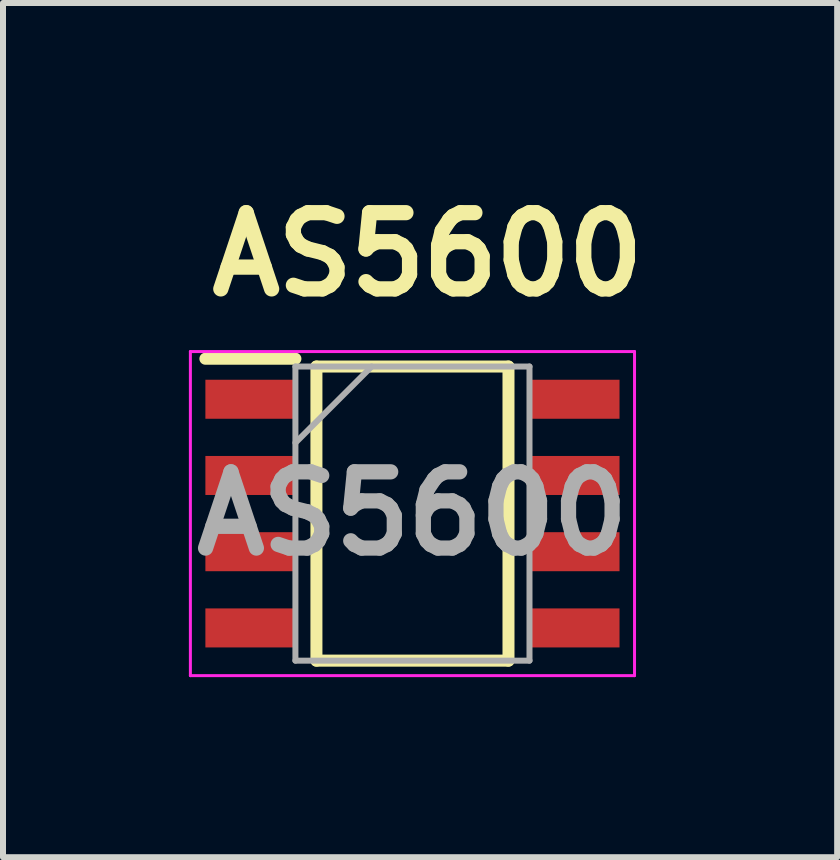
<source format=kicad_pcb>
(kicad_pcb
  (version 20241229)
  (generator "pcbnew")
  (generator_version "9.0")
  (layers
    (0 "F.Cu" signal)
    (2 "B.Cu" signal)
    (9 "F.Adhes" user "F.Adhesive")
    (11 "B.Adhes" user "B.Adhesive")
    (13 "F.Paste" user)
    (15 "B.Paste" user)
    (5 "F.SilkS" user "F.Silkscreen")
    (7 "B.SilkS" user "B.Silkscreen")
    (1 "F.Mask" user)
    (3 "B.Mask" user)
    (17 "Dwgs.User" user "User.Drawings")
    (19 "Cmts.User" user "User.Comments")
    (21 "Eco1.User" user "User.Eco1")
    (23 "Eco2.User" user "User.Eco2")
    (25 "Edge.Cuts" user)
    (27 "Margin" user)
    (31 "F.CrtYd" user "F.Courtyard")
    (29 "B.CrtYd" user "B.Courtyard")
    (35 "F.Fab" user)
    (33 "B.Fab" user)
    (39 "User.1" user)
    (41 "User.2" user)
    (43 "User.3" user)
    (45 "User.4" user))
  (footprint "AS5600"
    (layer "F.Cu")
    (at 3.822 5.507)
    (property "Reference" "AS5600" (at 0.254 -4.318 0) (layer "F.SilkS") (effects (font (size 1.27 1.27) (thickness 0.254))))
    (attr smd)
    (fp_line (start -3.45 -2.58) (end -1.95 -2.58) (stroke (width 0.2) (type solid)) (layer "F.SilkS"))
    (fp_line (start -1.6 -2.45) (end 1.6 -2.45) (stroke (width 0.2) (type solid)) (layer "F.SilkS"))
    (fp_line (start -1.6 2.45) (end -1.6 -2.45) (stroke (width 0.2) (type solid)) (layer "F.SilkS"))
    (fp_line (start 1.6 -2.45) (end 1.6 2.45) (stroke (width 0.2) (type solid)) (layer "F.SilkS"))
    (fp_line (start 1.6 2.45) (end -1.6 2.45) (stroke (width 0.2) (type solid)) (layer "F.SilkS"))
    (fp_line (start -3.7 -2.7) (end 3.7 -2.7) (stroke (width 0.05) (type solid)) (layer "F.CrtYd"))
    (fp_line (start -3.7 2.7) (end -3.7 -2.7) (stroke (width 0.05) (type solid)) (layer "F.CrtYd"))
    (fp_line (start 3.7 -2.7) (end 3.7 2.7) (stroke (width 0.05) (type solid)) (layer "F.CrtYd"))
    (fp_line (start 3.7 2.7) (end -3.7 2.7) (stroke (width 0.05) (type solid)) (layer "F.CrtYd"))
    (fp_line (start -1.95 -2.45) (end 1.95 -2.45) (stroke (width 0.1) (type solid)) (layer "F.Fab"))
    (fp_line (start -1.95 -1.18) (end -0.68 -2.45) (stroke (width 0.1) (type solid)) (layer "F.Fab"))
    (fp_line (start -1.95 2.45) (end -1.95 -2.45) (stroke (width 0.1) (type solid)) (layer "F.Fab"))
    (fp_line (start 1.95 -2.45) (end 1.95 2.45) (stroke (width 0.1) (type solid)) (layer "F.Fab"))
    (fp_line (start 1.95 2.45) (end -1.95 2.45) (stroke (width 0.1) (type solid)) (layer "F.Fab"))
    (fp_text user "${REFERENCE}" (at 0 0 0) (layer "F.Fab") (effects (font (size 1.27 1.27) (thickness 0.254))))
    (pad "1" smd rect (at -2.7 -1.905 90) (size 0.65 1.5) (layers "F.Cu" "F.Mask" "F.Paste"))
    (pad "2" smd rect (at -2.7 -0.635 90) (size 0.65 1.5) (layers "F.Cu" "F.Mask" "F.Paste"))
    (pad "3" smd rect (at -2.7 0.635 90) (size 0.65 1.5) (layers "F.Cu" "F.Mask" "F.Paste"))
    (pad "4" smd rect (at -2.7 1.905 90) (size 0.65 1.5) (layers "F.Cu" "F.Mask" "F.Paste"))
    (pad "5" smd rect (at 2.7 1.905 90) (size 0.65 1.5) (layers "F.Cu" "F.Mask" "F.Paste"))
    (pad "6" smd rect (at 2.7 0.635 90) (size 0.65 1.5) (layers "F.Cu" "F.Mask" "F.Paste"))
    (pad "7" smd rect (at 2.7 -0.635 90) (size 0.65 1.5) (layers "F.Cu" "F.Mask" "F.Paste"))
    (pad "8" smd rect (at 2.7 -1.905 90) (size 0.65 1.5) (layers "F.Cu" "F.Mask" "F.Paste")))
  (gr_rect
    (start -3 -3)
    (end 10.898 11.232)
    (stroke (width 0.1) (type default))
    (fill no)
    (layer "Edge.Cuts")))
</source>
